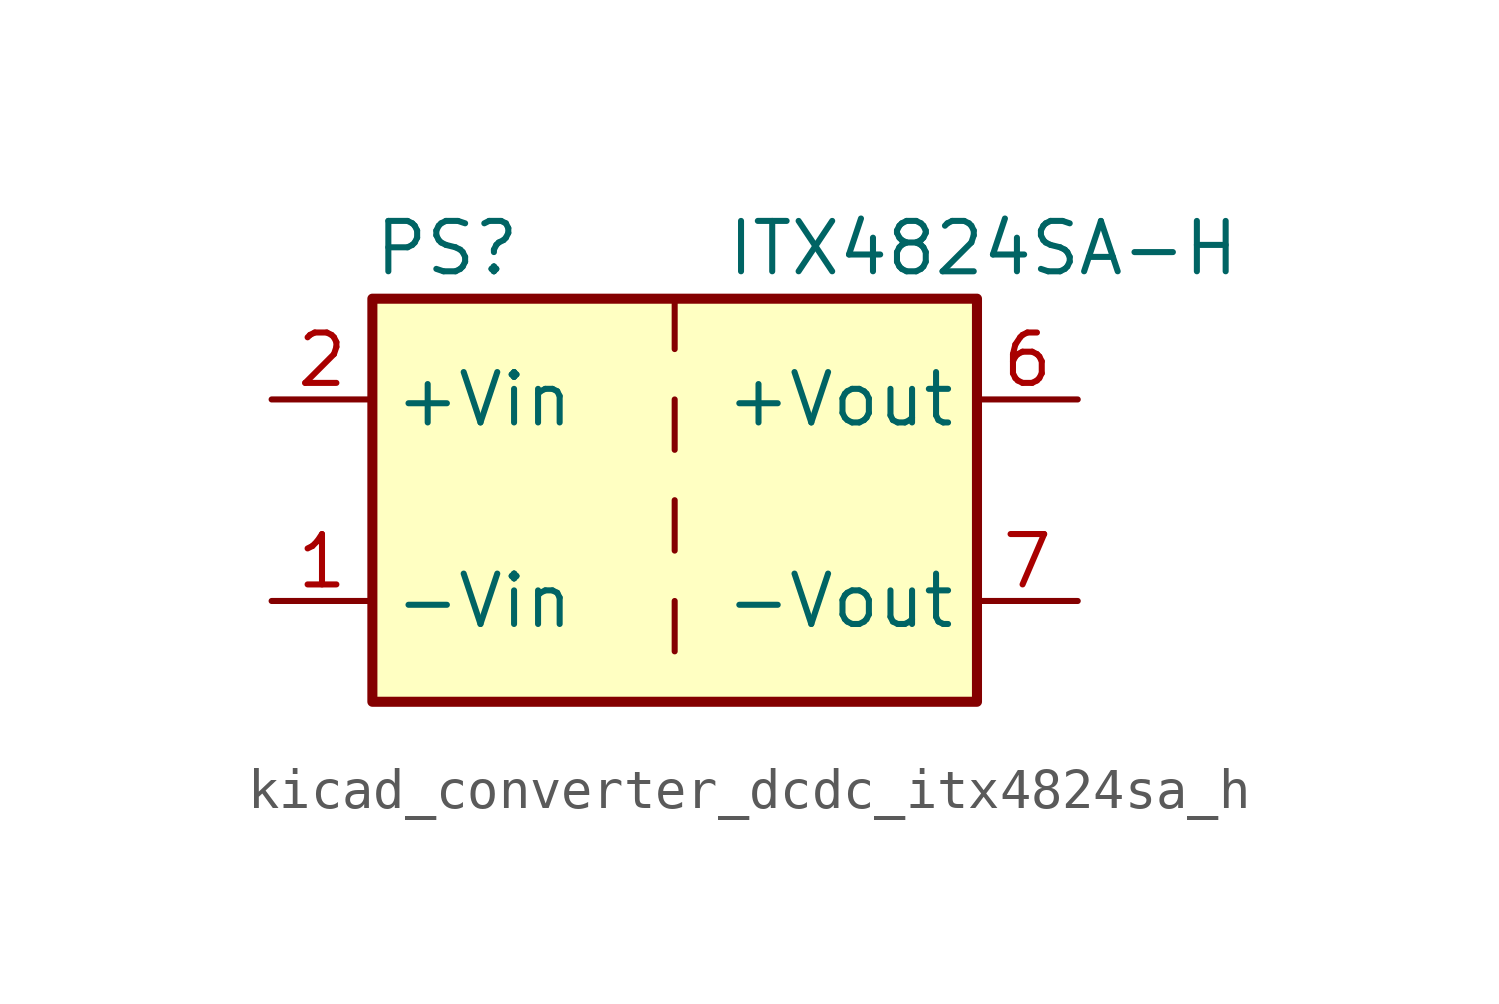
<source format=kicad_sym>
(kicad_symbol_lib
  (version 20220914)
  (generator kicad_symbol_editor)
  (symbol "kicad_converter_dcdc_itx4824sa_h"
    (property "Reference" "PS"
      (at -7.62 6.35 0)
      (effects (font (size 1.27 1.27)) (justify left)))
    (property "Value" "ITX4824SA-H"
      (at 1.27 6.35 0)
      (effects (font (size 1.27 1.27)) (justify left)))
    (symbol "kicad_converter_dcdc_itx4824sa_h_0_0"
      (pin power_in line (at -10.16 -2.54 0) (length 2.54) (name "-Vin" (effects (font (size 1.27 1.27)))) (number "1" (effects (font (size 1.27 1.27)))))
      (pin power_in line (at -10.16 2.54 0) (length 2.54) (name "+Vin" (effects (font (size 1.27 1.27)))) (number "2" (effects (font (size 1.27 1.27)))))
      (pin power_out line (at 10.16 2.54 180) (length 2.54) (name "+Vout" (effects (font (size 1.27 1.27)))) (number "6" (effects (font (size 1.27 1.27)))))
      (pin power_out line (at 10.16 -2.54 180) (length 2.54) (name "-Vout" (effects (font (size 1.27 1.27)))) (number "7" (effects (font (size 1.27 1.27)))))
      (pin no_connect line (at 7.62 0 180) (length 2.54) hide (name "NC" (effects (font (size 1.27 1.27)))) (number "8" (effects (font (size 1.27 1.27))))))
    (symbol "kicad_converter_dcdc_itx4824sa_h_0_1"
      (rectangle (start -7.62 5.08) (end 7.62 -5.08) (stroke (width 0.254) (type default)) (fill (type background)))
      (polyline (pts (xy 0 -2.54) (xy 0 -3.81)) (stroke (width 0) (type default)) (fill (type none)))
      (polyline (pts (xy 0 0) (xy 0 -1.27)) (stroke (width 0) (type default)) (fill (type none)))
      (polyline (pts (xy 0 2.54) (xy 0 1.27)) (stroke (width 0) (type default)) (fill (type none)))
      (polyline (pts (xy 0 5.08) (xy 0 3.81)) (stroke (width 0) (type default)) (fill (type none))))))
</source>
